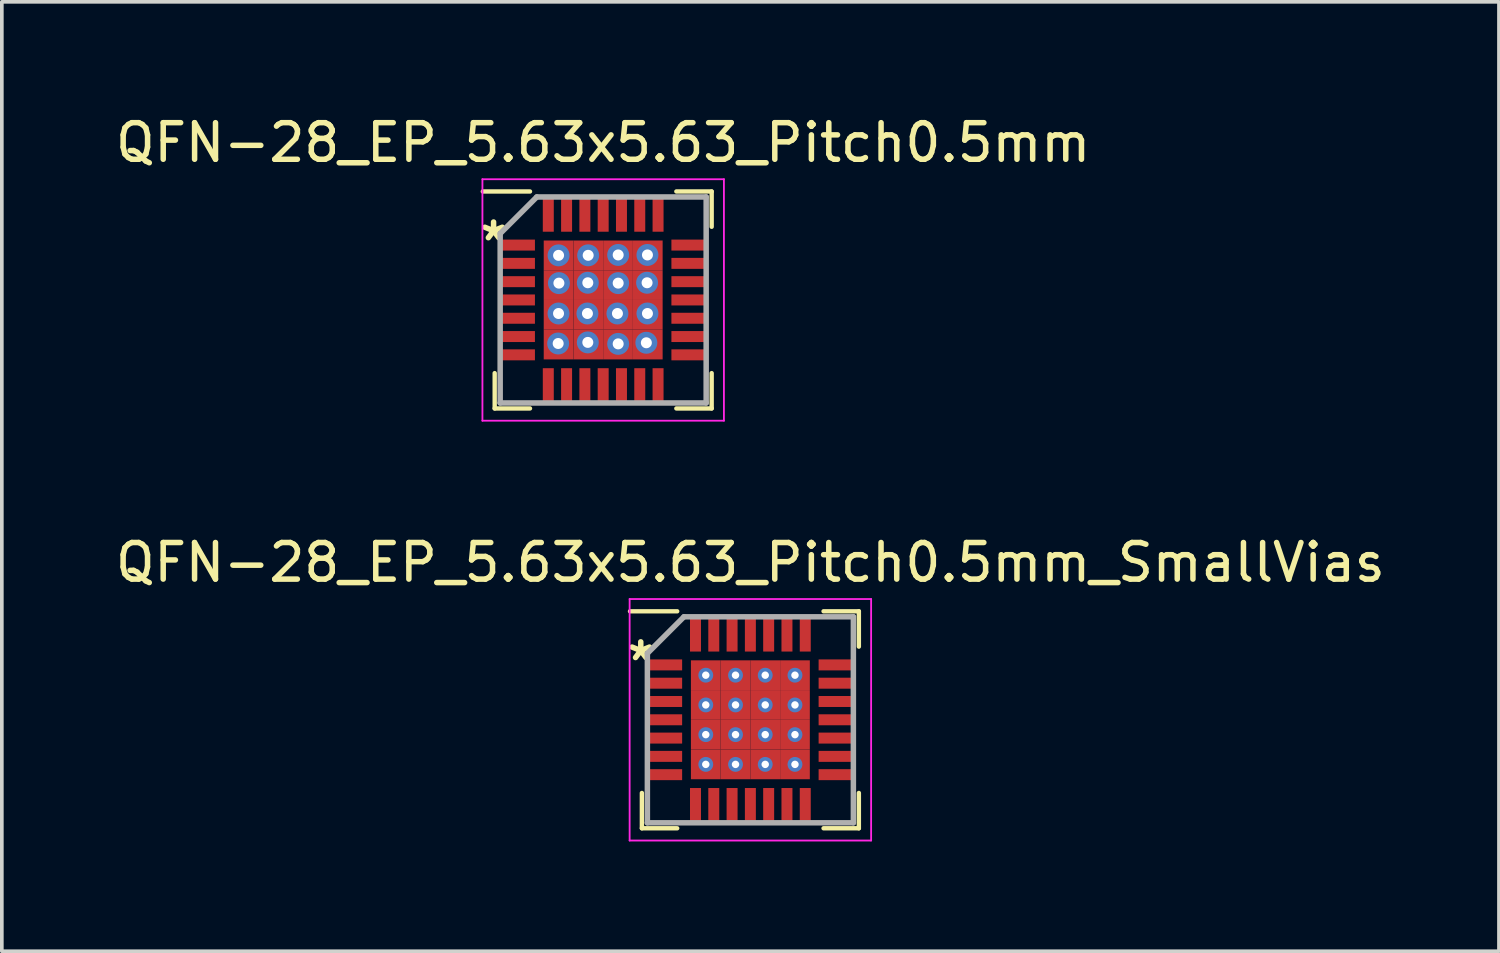
<source format=kicad_pcb>
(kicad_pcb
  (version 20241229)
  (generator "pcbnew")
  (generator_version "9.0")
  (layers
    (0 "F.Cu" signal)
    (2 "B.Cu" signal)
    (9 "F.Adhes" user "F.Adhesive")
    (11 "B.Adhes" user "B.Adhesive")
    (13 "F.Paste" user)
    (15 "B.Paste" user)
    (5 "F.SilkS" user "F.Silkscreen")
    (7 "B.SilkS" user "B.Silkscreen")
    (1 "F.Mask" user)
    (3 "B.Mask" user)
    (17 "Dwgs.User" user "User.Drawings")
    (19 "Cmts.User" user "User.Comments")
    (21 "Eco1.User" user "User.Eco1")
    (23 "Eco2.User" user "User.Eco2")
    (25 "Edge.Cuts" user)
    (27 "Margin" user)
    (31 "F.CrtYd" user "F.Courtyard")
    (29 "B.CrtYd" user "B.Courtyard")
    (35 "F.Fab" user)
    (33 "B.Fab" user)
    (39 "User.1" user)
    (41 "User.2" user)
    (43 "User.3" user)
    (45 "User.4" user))
  (footprint "QFN-28_EP_5.63x5.63_Pitch0.5mm_SmallVias"
    (layer "F.Cu")
    (at 17.458 16.622)
    (property "Reference" "QFN-28_EP_5.63x5.63_Pitch0.5mm_SmallVias" (at 0 -4.3 0) (layer "F.SilkS") (effects (font (size 1 1) (thickness 0.15))))
    (attr smd)
    (fp_line (start -2.965 2.965) (end -2.965 2) (stroke (width 0.12) (type default)) (layer "F.SilkS"))
    (fp_line (start -2 -2.965) (end -3.29 -2.965) (stroke (width 0.12) (type default)) (layer "F.SilkS"))
    (fp_line (start -2 2.965) (end -2.965 2.965) (stroke (width 0.12) (type default)) (layer "F.SilkS"))
    (fp_line (start 2 -2.965) (end 2.965 -2.965) (stroke (width 0.12) (type default)) (layer "F.SilkS"))
    (fp_line (start 2 2.965) (end 2.965 2.965) (stroke (width 0.12) (type default)) (layer "F.SilkS"))
    (fp_line (start 2.965 -2.965) (end 2.965 -2) (stroke (width 0.12) (type default)) (layer "F.SilkS"))
    (fp_line (start 2.965 2.965) (end 2.965 2) (stroke (width 0.12) (type default)) (layer "F.SilkS"))
    (fp_line (start -3.3 -3.3) (end 3.3 -3.3) (stroke (width 0.05) (type default)) (layer "F.CrtYd"))
    (fp_line (start -3.3 3.3) (end -3.3 -3.3) (stroke (width 0.05) (type default)) (layer "F.CrtYd"))
    (fp_line (start 3.3 -3.3) (end 3.3 3.3) (stroke (width 0.05) (type default)) (layer "F.CrtYd"))
    (fp_line (start 3.3 3.3) (end -3.3 3.3) (stroke (width 0.05) (type default)) (layer "F.CrtYd"))
    (fp_line (start -2.815 -1.815) (end -2.815 2.815) (stroke (width 0.15) (type default)) (layer "F.Fab"))
    (fp_line (start -2.815 2.815) (end 2.815 2.815) (stroke (width 0.15) (type default)) (layer "F.Fab"))
    (fp_line (start -1.815 -2.815) (end -2.815 -1.815) (stroke (width 0.15) (type default)) (layer "F.Fab"))
    (fp_line (start 2.815 -2.815) (end -1.815 -2.815) (stroke (width 0.15) (type default)) (layer "F.Fab"))
    (fp_line (start 2.815 2.815) (end 2.815 -2.815) (stroke (width 0.15) (type default)) (layer "F.Fab"))
    (fp_text user "*" (at -3.475 -1 0) (unlocked yes) (layer "F.SilkS") (effects (font (size 1 1) (thickness 0.15)) (justify left bottom)))
    (pad "1" smd rect (at -2.34 -1.5 90) (size 0.3 0.95) (layers "F.Cu" "F.Mask" "F.Paste"))
    (pad "2" smd rect (at -2.34 -1 90) (size 0.3 0.95) (layers "F.Cu" "F.Mask" "F.Paste"))
    (pad "3" smd rect (at -2.34 -0.5 90) (size 0.3 0.95) (layers "F.Cu" "F.Mask" "F.Paste"))
    (pad "4" smd rect (at -2.34 0 90) (size 0.3 0.95) (layers "F.Cu" "F.Mask" "F.Paste"))
    (pad "5" smd rect (at -2.34 0.5 90) (size 0.3 0.95) (layers "F.Cu" "F.Mask" "F.Paste"))
    (pad "6" smd rect (at -2.34 1 90) (size 0.3 0.95) (layers "F.Cu" "F.Mask" "F.Paste"))
    (pad "7" smd rect (at -2.34 1.5 90) (size 0.3 0.95) (layers "F.Cu" "F.Mask" "F.Paste"))
    (pad "8" smd rect (at -1.5 2.34) (size 0.3 0.95) (layers "F.Cu" "F.Mask" "F.Paste"))
    (pad "9" smd rect (at -1 2.34) (size 0.3 0.95) (layers "F.Cu" "F.Mask" "F.Paste"))
    (pad "10" smd rect (at -0.5 2.34) (size 0.3 0.95) (layers "F.Cu" "F.Mask" "F.Paste"))
    (pad "11" smd rect (at 0 2.34) (size 0.3 0.95) (layers "F.Cu" "F.Mask" "F.Paste"))
    (pad "12" smd rect (at 0.5 2.34) (size 0.3 0.95) (layers "F.Cu" "F.Mask" "F.Paste"))
    (pad "13" smd rect (at 1 2.34) (size 0.3 0.95) (layers "F.Cu" "F.Mask" "F.Paste"))
    (pad "14" smd rect (at 1.5 2.34) (size 0.3 0.95) (layers "F.Cu" "F.Mask" "F.Paste"))
    (pad "15" smd rect (at 2.34 1.5 90) (size 0.3 0.95) (layers "F.Cu" "F.Mask" "F.Paste"))
    (pad "16" smd rect (at 2.34 1 90) (size 0.3 0.95) (layers "F.Cu" "F.Mask" "F.Paste"))
    (pad "17" smd rect (at 2.34 0.5 90) (size 0.3 0.95) (layers "F.Cu" "F.Mask" "F.Paste"))
    (pad "18" smd rect (at 2.34 0 90) (size 0.3 0.95) (layers "F.Cu" "F.Mask" "F.Paste"))
    (pad "19" smd rect (at 2.34 -0.5 90) (size 0.3 0.95) (layers "F.Cu" "F.Mask" "F.Paste"))
    (pad "20" smd rect (at 2.34 -1 90) (size 0.3 0.95) (layers "F.Cu" "F.Mask" "F.Paste"))
    (pad "21" smd rect (at 2.34 -1.5 90) (size 0.3 0.95) (layers "F.Cu" "F.Mask" "F.Paste"))
    (pad "22" smd rect (at 1.5 -2.34) (size 0.3 0.95) (layers "F.Cu" "F.Mask" "F.Paste"))
    (pad "23" smd rect (at 1 -2.34) (size 0.3 0.95) (layers "F.Cu" "F.Mask" "F.Paste"))
    (pad "24" smd rect (at 0.5 -2.34) (size 0.3 0.95) (layers "F.Cu" "F.Mask" "F.Paste"))
    (pad "25" smd rect (at 0 -2.34) (size 0.3 0.95) (layers "F.Cu" "F.Mask" "F.Paste"))
    (pad "26" smd rect (at -0.5 -2.34) (size 0.3 0.95) (layers "F.Cu" "F.Mask" "F.Paste"))
    (pad "27" smd rect (at -1 -2.34) (size 0.3 0.95) (layers "F.Cu" "F.Mask" "F.Paste"))
    (pad "28" smd rect (at -1.5 -2.34) (size 0.3 0.95) (layers "F.Cu" "F.Mask" "F.Paste"))
    (pad "29" thru_hole circle (at -1.219 -1.219) (size 0.406 0.406) (drill 0.203) (layers "*.Cu" "*.Mask"))
    (pad "29" smd rect (at -1.219 -1.219) (size 0.812 0.812) (layers "F.Cu" "F.Mask" "F.Paste"))
    (pad "29" thru_hole circle (at -1.219 -0.406) (size 0.406 0.406) (drill 0.203) (layers "*.Cu" "*.Mask"))
    (pad "29" smd rect (at -1.219 -0.406) (size 0.812 0.812) (layers "F.Cu" "F.Mask" "F.Paste"))
    (pad "29" thru_hole circle (at -1.219 0.406) (size 0.406 0.406) (drill 0.203) (layers "*.Cu" "*.Mask"))
    (pad "29" smd rect (at -1.219 0.406) (size 0.812 0.812) (layers "F.Cu" "F.Mask" "F.Paste"))
    (pad "29" thru_hole circle (at -1.219 1.219) (size 0.406 0.406) (drill 0.203) (layers "*.Cu" "*.Mask"))
    (pad "29" smd rect (at -1.219 1.219) (size 0.812 0.812) (layers "F.Cu" "F.Mask" "F.Paste"))
    (pad "29" thru_hole circle (at -0.406 -1.219) (size 0.406 0.406) (drill 0.203) (layers "*.Cu" "*.Mask"))
    (pad "29" smd rect (at -0.406 -1.219) (size 0.812 0.812) (layers "F.Cu" "F.Mask" "F.Paste"))
    (pad "29" thru_hole circle (at -0.406 -0.406) (size 0.406 0.406) (drill 0.203) (layers "*.Cu" "*.Mask"))
    (pad "29" smd rect (at -0.406 -0.406) (size 0.812 0.812) (layers "F.Cu" "F.Mask" "F.Paste"))
    (pad "29" thru_hole circle (at -0.406 0.406) (size 0.406 0.406) (drill 0.203) (layers "*.Cu" "*.Mask"))
    (pad "29" smd rect (at -0.406 0.406) (size 0.812 0.812) (layers "F.Cu" "F.Mask" "F.Paste"))
    (pad "29" thru_hole circle (at -0.406 1.219) (size 0.406 0.406) (drill 0.203) (layers "*.Cu" "*.Mask"))
    (pad "29" smd rect (at -0.406 1.219) (size 0.812 0.812) (layers "F.Cu" "F.Mask" "F.Paste"))
    (pad "29" thru_hole circle (at 0.406 -1.219) (size 0.406 0.406) (drill 0.203) (layers "*.Cu" "*.Mask"))
    (pad "29" smd rect (at 0.406 -1.219) (size 0.812 0.812) (layers "F.Cu" "F.Mask" "F.Paste"))
    (pad "29" thru_hole circle (at 0.406 -0.406) (size 0.406 0.406) (drill 0.203) (layers "*.Cu" "*.Mask"))
    (pad "29" smd rect (at 0.406 -0.406) (size 0.812 0.812) (layers "F.Cu" "F.Mask" "F.Paste"))
    (pad "29" thru_hole circle (at 0.406 0.406) (size 0.406 0.406) (drill 0.203) (layers "*.Cu" "*.Mask"))
    (pad "29" smd rect (at 0.406 0.406) (size 0.812 0.812) (layers "F.Cu" "F.Mask" "F.Paste"))
    (pad "29" thru_hole circle (at 0.406 1.219) (size 0.406 0.406) (drill 0.203) (layers "*.Cu" "*.Mask"))
    (pad "29" smd rect (at 0.406 1.219) (size 0.812 0.812) (layers "F.Cu" "F.Mask" "F.Paste"))
    (pad "29" thru_hole circle (at 1.219 -1.219) (size 0.406 0.406) (drill 0.203) (layers "*.Cu" "*.Mask"))
    (pad "29" smd rect (at 1.219 -1.219) (size 0.812 0.812) (layers "F.Cu" "F.Mask" "F.Paste"))
    (pad "29" thru_hole circle (at 1.219 -0.406) (size 0.406 0.406) (drill 0.203) (layers "*.Cu" "*.Mask"))
    (pad "29" smd rect (at 1.219 -0.406) (size 0.812 0.812) (layers "F.Cu" "F.Mask" "F.Paste"))
    (pad "29" thru_hole circle (at 1.219 0.406) (size 0.406 0.406) (drill 0.203) (layers "*.Cu" "*.Mask"))
    (pad "29" smd rect (at 1.219 0.406) (size 0.812 0.812) (layers "F.Cu" "F.Mask" "F.Paste"))
    (pad "29" thru_hole circle (at 1.219 1.219) (size 0.406 0.406) (drill 0.203) (layers "*.Cu" "*.Mask"))
    (pad "29" smd rect (at 1.219 1.219) (size 0.812 0.812) (layers "F.Cu" "F.Mask" "F.Paste")))
  (footprint "QFN-28_EP_5.63x5.63_Pitch0.5mm"
    (layer "F.Cu")
    (at 13.435 5.148)
    (property "Reference" "QFN-28_EP_5.63x5.63_Pitch0.5mm" (at 0 -4.3 0) (layer "F.SilkS") (effects (font (size 1 1) (thickness 0.15))))
    (attr smd)
    (fp_line (start -2.965 2.965) (end -2.965 2) (stroke (width 0.12) (type default)) (layer "F.SilkS"))
    (fp_line (start -2 -2.965) (end -3.29 -2.965) (stroke (width 0.12) (type default)) (layer "F.SilkS"))
    (fp_line (start -2 2.965) (end -2.965 2.965) (stroke (width 0.12) (type default)) (layer "F.SilkS"))
    (fp_line (start 2 -2.965) (end 2.965 -2.965) (stroke (width 0.12) (type default)) (layer "F.SilkS"))
    (fp_line (start 2 2.965) (end 2.965 2.965) (stroke (width 0.12) (type default)) (layer "F.SilkS"))
    (fp_line (start 2.965 -2.965) (end 2.965 -2) (stroke (width 0.12) (type default)) (layer "F.SilkS"))
    (fp_line (start 2.965 2.965) (end 2.965 2) (stroke (width 0.12) (type default)) (layer "F.SilkS"))
    (fp_line (start -3.3 -3.3) (end 3.3 -3.3) (stroke (width 0.05) (type default)) (layer "F.CrtYd"))
    (fp_line (start -3.3 3.3) (end -3.3 -3.3) (stroke (width 0.05) (type default)) (layer "F.CrtYd"))
    (fp_line (start 3.3 -3.3) (end 3.3 3.3) (stroke (width 0.05) (type default)) (layer "F.CrtYd"))
    (fp_line (start 3.3 3.3) (end -3.3 3.3) (stroke (width 0.05) (type default)) (layer "F.CrtYd"))
    (fp_line (start -2.815 -1.815) (end -2.815 2.815) (stroke (width 0.15) (type default)) (layer "F.Fab"))
    (fp_line (start -2.815 2.815) (end 2.815 2.815) (stroke (width 0.15) (type default)) (layer "F.Fab"))
    (fp_line (start -1.815 -2.815) (end -2.815 -1.815) (stroke (width 0.15) (type default)) (layer "F.Fab"))
    (fp_line (start 2.815 -2.815) (end -1.815 -2.815) (stroke (width 0.15) (type default)) (layer "F.Fab"))
    (fp_line (start 2.815 2.815) (end 2.815 -2.815) (stroke (width 0.15) (type default)) (layer "F.Fab"))
    (fp_text user "*" (at -3.475 -1 0) (unlocked yes) (layer "F.SilkS") (effects (font (size 1 1) (thickness 0.15)) (justify left bottom)))
    (pad "1" smd rect (at -2.34 -1.5 90) (size 0.3 0.95) (layers "F.Cu" "F.Mask" "F.Paste"))
    (pad "2" smd rect (at -2.34 -1 90) (size 0.3 0.95) (layers "F.Cu" "F.Mask" "F.Paste"))
    (pad "3" smd rect (at -2.34 -0.5 90) (size 0.3 0.95) (layers "F.Cu" "F.Mask" "F.Paste"))
    (pad "4" smd rect (at -2.34 0 90) (size 0.3 0.95) (layers "F.Cu" "F.Mask" "F.Paste"))
    (pad "5" smd rect (at -2.34 0.5 90) (size 0.3 0.95) (layers "F.Cu" "F.Mask" "F.Paste"))
    (pad "6" smd rect (at -2.34 1 90) (size 0.3 0.95) (layers "F.Cu" "F.Mask" "F.Paste"))
    (pad "7" smd rect (at -2.34 1.5 90) (size 0.3 0.95) (layers "F.Cu" "F.Mask" "F.Paste"))
    (pad "8" smd rect (at -1.5 2.34) (size 0.3 0.95) (layers "F.Cu" "F.Mask" "F.Paste"))
    (pad "9" smd rect (at -1 2.34) (size 0.3 0.95) (layers "F.Cu" "F.Mask" "F.Paste"))
    (pad "10" smd rect (at -0.5 2.34) (size 0.3 0.95) (layers "F.Cu" "F.Mask" "F.Paste"))
    (pad "11" smd rect (at 0 2.34) (size 0.3 0.95) (layers "F.Cu" "F.Mask" "F.Paste"))
    (pad "12" smd rect (at 0.5 2.34) (size 0.3 0.95) (layers "F.Cu" "F.Mask" "F.Paste"))
    (pad "13" smd rect (at 1 2.34) (size 0.3 0.95) (layers "F.Cu" "F.Mask" "F.Paste"))
    (pad "14" smd rect (at 1.5 2.34) (size 0.3 0.95) (layers "F.Cu" "F.Mask" "F.Paste"))
    (pad "15" smd rect (at 2.34 1.5 90) (size 0.3 0.95) (layers "F.Cu" "F.Mask" "F.Paste"))
    (pad "16" smd rect (at 2.34 1 90) (size 0.3 0.95) (layers "F.Cu" "F.Mask" "F.Paste"))
    (pad "17" smd rect (at 2.34 0.5 90) (size 0.3 0.95) (layers "F.Cu" "F.Mask" "F.Paste"))
    (pad "18" smd rect (at 2.34 0 90) (size 0.3 0.95) (layers "F.Cu" "F.Mask" "F.Paste"))
    (pad "19" smd rect (at 2.34 -0.5 90) (size 0.3 0.95) (layers "F.Cu" "F.Mask" "F.Paste"))
    (pad "20" smd rect (at 2.34 -1 90) (size 0.3 0.95) (layers "F.Cu" "F.Mask" "F.Paste"))
    (pad "21" smd rect (at 2.34 -1.5 90) (size 0.3 0.95) (layers "F.Cu" "F.Mask" "F.Paste"))
    (pad "22" smd rect (at 1.5 -2.34) (size 0.3 0.95) (layers "F.Cu" "F.Mask" "F.Paste"))
    (pad "23" smd rect (at 1 -2.34) (size 0.3 0.95) (layers "F.Cu" "F.Mask" "F.Paste"))
    (pad "24" smd rect (at 0.5 -2.34) (size 0.3 0.95) (layers "F.Cu" "F.Mask" "F.Paste"))
    (pad "25" smd rect (at 0 -2.34) (size 0.3 0.95) (layers "F.Cu" "F.Mask" "F.Paste"))
    (pad "26" smd rect (at -0.5 -2.34) (size 0.3 0.95) (layers "F.Cu" "F.Mask" "F.Paste"))
    (pad "27" smd rect (at -1 -2.34) (size 0.3 0.95) (layers "F.Cu" "F.Mask" "F.Paste"))
    (pad "28" smd rect (at -1.5 -2.34) (size 0.3 0.95) (layers "F.Cu" "F.Mask" "F.Paste"))
    (pad "29" thru_hole circle (at -1.23 1.19) (size 0.6 0.6) (drill 0.3) (layers "*.Cu" "*.Mask"))
    (pad "29" thru_hole circle (at -1.22 0.37) (size 0.6 0.6) (drill 0.3) (layers "*.Cu" "*.Mask"))
    (pad "29" thru_hole circle (at -1.219 -1.219) (size 0.6 0.6) (drill 0.3) (layers "*.Cu" "*.Mask"))
    (pad "29" smd rect (at -1.219 -1.219) (size 0.812 0.812) (layers "F.Cu" "F.Mask" "F.Paste"))
    (pad "29" smd rect (at -1.219 -0.406) (size 0.812 0.812) (layers "F.Cu" "F.Mask" "F.Paste"))
    (pad "29" smd rect (at -1.219 0.406) (size 0.812 0.812) (layers "F.Cu" "F.Mask" "F.Paste"))
    (pad "29" smd rect (at -1.219 1.219) (size 0.812 0.812) (layers "F.Cu" "F.Mask" "F.Paste"))
    (pad "29" thru_hole circle (at -1.21 -0.46) (size 0.6 0.6) (drill 0.3) (layers "*.Cu" "*.Mask"))
    (pad "29" thru_hole circle (at -0.43 0.37) (size 0.6 0.6) (drill 0.3) (layers "*.Cu" "*.Mask"))
    (pad "29" thru_hole circle (at -0.42 -0.47) (size 0.6 0.6) (drill 0.3) (layers "*.Cu" "*.Mask"))
    (pad "29" thru_hole circle (at -0.42 1.16) (size 0.6 0.6) (drill 0.3) (layers "*.Cu" "*.Mask"))
    (pad "29" thru_hole circle (at -0.41 -1.22) (size 0.6 0.6) (drill 0.3) (layers "*.Cu" "*.Mask"))
    (pad "29" smd rect (at -0.406 -1.219) (size 0.812 0.812) (layers "F.Cu" "F.Mask" "F.Paste"))
    (pad "29" smd rect (at -0.406 -0.406) (size 0.812 0.812) (layers "F.Cu" "F.Mask" "F.Paste"))
    (pad "29" smd rect (at -0.406 0.406) (size 0.812 0.812) (layers "F.Cu" "F.Mask" "F.Paste"))
    (pad "29" smd rect (at -0.406 1.219) (size 0.812 0.812) (layers "F.Cu" "F.Mask" "F.Paste"))
    (pad "29" thru_hole circle (at 0.39 0.37) (size 0.6 0.6) (drill 0.3) (layers "*.Cu" "*.Mask"))
    (pad "29" smd rect (at 0.406 -1.219) (size 0.812 0.812) (layers "F.Cu" "F.Mask" "F.Paste"))
    (pad "29" smd rect (at 0.406 -0.406) (size 0.812 0.812) (layers "F.Cu" "F.Mask" "F.Paste"))
    (pad "29" smd rect (at 0.406 0.406) (size 0.812 0.812) (layers "F.Cu" "F.Mask" "F.Paste"))
    (pad "29" smd rect (at 0.406 1.219) (size 0.812 0.812) (layers "F.Cu" "F.Mask" "F.Paste"))
    (pad "29" thru_hole circle (at 0.41 -1.23) (size 0.6 0.6) (drill 0.3) (layers "*.Cu" "*.Mask"))
    (pad "29" thru_hole circle (at 0.41 -0.46) (size 0.6 0.6) (drill 0.3) (layers "*.Cu" "*.Mask"))
    (pad "29" thru_hole circle (at 0.41 1.2) (size 0.6 0.6) (drill 0.3) (layers "*.Cu" "*.Mask"))
    (pad "29" thru_hole circle (at 1.18 1.17) (size 0.6 0.6) (drill 0.3) (layers "*.Cu" "*.Mask"))
    (pad "29" thru_hole circle (at 1.2 -0.47) (size 0.6 0.6) (drill 0.3) (layers "*.Cu" "*.Mask"))
    (pad "29" thru_hole circle (at 1.21 -1.23) (size 0.6 0.6) (drill 0.3) (layers "*.Cu" "*.Mask"))
    (pad "29" thru_hole circle (at 1.21 0.37) (size 0.6 0.6) (drill 0.3) (layers "*.Cu" "*.Mask"))
    (pad "29" smd rect (at 1.219 -1.219) (size 0.812 0.812) (layers "F.Cu" "F.Mask" "F.Paste"))
    (pad "29" smd rect (at 1.219 -0.406) (size 0.812 0.812) (layers "F.Cu" "F.Mask" "F.Paste"))
    (pad "29" smd rect (at 1.219 0.406) (size 0.812 0.812) (layers "F.Cu" "F.Mask" "F.Paste"))
    (pad "29" smd rect (at 1.219 1.219) (size 0.812 0.812) (layers "F.Cu" "F.Mask" "F.Paste")))
  (gr_rect
    (start -3 -3)
    (end 37.917 22.947)
    (stroke (width 0.1) (type default))
    (fill no)
    (layer "Edge.Cuts")))
</source>
